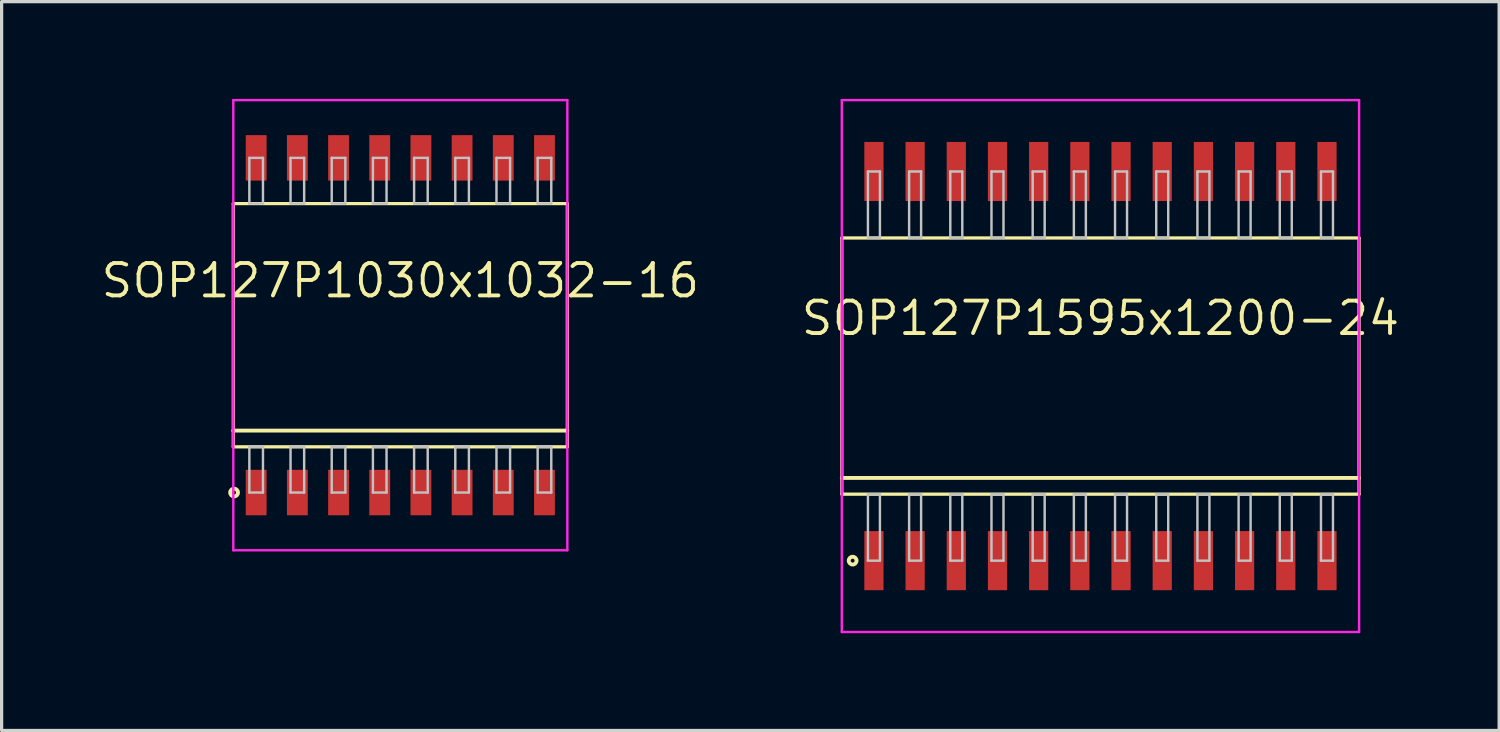
<source format=kicad_pcb>
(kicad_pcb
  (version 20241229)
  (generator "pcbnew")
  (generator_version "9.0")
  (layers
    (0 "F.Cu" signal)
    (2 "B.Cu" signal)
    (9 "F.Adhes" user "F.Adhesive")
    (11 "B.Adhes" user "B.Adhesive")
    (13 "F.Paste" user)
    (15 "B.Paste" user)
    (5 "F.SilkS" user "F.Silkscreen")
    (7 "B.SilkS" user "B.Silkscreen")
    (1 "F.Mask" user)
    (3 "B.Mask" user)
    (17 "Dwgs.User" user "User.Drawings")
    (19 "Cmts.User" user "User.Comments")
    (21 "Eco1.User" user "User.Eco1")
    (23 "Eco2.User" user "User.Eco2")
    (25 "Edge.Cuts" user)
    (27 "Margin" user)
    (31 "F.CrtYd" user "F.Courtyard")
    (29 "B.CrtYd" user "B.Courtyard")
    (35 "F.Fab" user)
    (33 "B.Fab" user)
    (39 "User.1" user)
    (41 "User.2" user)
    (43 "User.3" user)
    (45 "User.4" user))
  (footprint "SOP127P1595x1200-24"
    (layer "F.Cu")
    (at 30.883 8.238)
    (property "Reference" "SOP127P1595x1200-24" (at 0 -1.475 0) (layer "F.SilkS") (effects (font (size 1 1) (thickness 0.12))))
    (attr through_hole)
    (fp_line (start -7.975 -3.95) (end -7.975 3.95) (stroke (width 0.1) (type solid)) (layer "F.SilkS"))
    (fp_line (start -7.975 3.45) (end 7.975 3.45) (stroke (width 0.12) (type solid)) (layer "F.SilkS"))
    (fp_line (start -7.975 3.95) (end 7.975 3.95) (stroke (width 0.1) (type solid)) (layer "F.SilkS"))
    (fp_line (start 7.975 -3.95) (end -7.975 -3.95) (stroke (width 0.1) (type solid)) (layer "F.SilkS"))
    (fp_line (start 7.975 3.95) (end 7.975 -3.95) (stroke (width 0.1) (type solid)) (layer "F.SilkS"))
    (fp_circle (center -7.641 6) (end -7.521 6) (stroke (width 0.12) (type solid)) (fill no) (layer "F.SilkS"))
    (fp_line (start -7.17 -6) (end -7.17 -3.95) (stroke (width 0.075) (type solid)) (layer "Dwgs.User"))
    (fp_line (start -7.17 -3.95) (end -6.8 -3.95) (stroke (width 0.075) (type solid)) (layer "Dwgs.User"))
    (fp_line (start -7.17 3.95) (end -6.8 3.95) (stroke (width 0.075) (type solid)) (layer "Dwgs.User"))
    (fp_line (start -7.17 6) (end -7.17 3.95) (stroke (width 0.075) (type solid)) (layer "Dwgs.User"))
    (fp_line (start -6.8 -6) (end -7.17 -6) (stroke (width 0.075) (type solid)) (layer "Dwgs.User"))
    (fp_line (start -6.8 -3.95) (end -6.8 -6) (stroke (width 0.075) (type solid)) (layer "Dwgs.User"))
    (fp_line (start -6.8 3.95) (end -6.8 6) (stroke (width 0.075) (type solid)) (layer "Dwgs.User"))
    (fp_line (start -6.8 6) (end -7.17 6) (stroke (width 0.075) (type solid)) (layer "Dwgs.User"))
    (fp_line (start -5.9 -6) (end -5.9 -3.95) (stroke (width 0.075) (type solid)) (layer "Dwgs.User"))
    (fp_line (start -5.9 -3.95) (end -5.53 -3.95) (stroke (width 0.075) (type solid)) (layer "Dwgs.User"))
    (fp_line (start -5.9 3.95) (end -5.53 3.95) (stroke (width 0.075) (type solid)) (layer "Dwgs.User"))
    (fp_line (start -5.9 6) (end -5.9 3.95) (stroke (width 0.075) (type solid)) (layer "Dwgs.User"))
    (fp_line (start -5.53 -6) (end -5.9 -6) (stroke (width 0.075) (type solid)) (layer "Dwgs.User"))
    (fp_line (start -5.53 -3.95) (end -5.53 -6) (stroke (width 0.075) (type solid)) (layer "Dwgs.User"))
    (fp_line (start -5.53 3.95) (end -5.53 6) (stroke (width 0.075) (type solid)) (layer "Dwgs.User"))
    (fp_line (start -5.53 6) (end -5.9 6) (stroke (width 0.075) (type solid)) (layer "Dwgs.User"))
    (fp_line (start -4.63 -6) (end -4.63 -3.95) (stroke (width 0.075) (type solid)) (layer "Dwgs.User"))
    (fp_line (start -4.63 -3.95) (end -4.26 -3.95) (stroke (width 0.075) (type solid)) (layer "Dwgs.User"))
    (fp_line (start -4.63 3.95) (end -4.26 3.95) (stroke (width 0.075) (type solid)) (layer "Dwgs.User"))
    (fp_line (start -4.63 6) (end -4.63 3.95) (stroke (width 0.075) (type solid)) (layer "Dwgs.User"))
    (fp_line (start -4.26 -6) (end -4.63 -6) (stroke (width 0.075) (type solid)) (layer "Dwgs.User"))
    (fp_line (start -4.26 -3.95) (end -4.26 -6) (stroke (width 0.075) (type solid)) (layer "Dwgs.User"))
    (fp_line (start -4.26 3.95) (end -4.26 6) (stroke (width 0.075) (type solid)) (layer "Dwgs.User"))
    (fp_line (start -4.26 6) (end -4.63 6) (stroke (width 0.075) (type solid)) (layer "Dwgs.User"))
    (fp_line (start -3.36 -6) (end -3.36 -3.95) (stroke (width 0.075) (type solid)) (layer "Dwgs.User"))
    (fp_line (start -3.36 -3.95) (end -2.99 -3.95) (stroke (width 0.075) (type solid)) (layer "Dwgs.User"))
    (fp_line (start -3.36 3.95) (end -2.99 3.95) (stroke (width 0.075) (type solid)) (layer "Dwgs.User"))
    (fp_line (start -3.36 6) (end -3.36 3.95) (stroke (width 0.075) (type solid)) (layer "Dwgs.User"))
    (fp_line (start -2.99 -6) (end -3.36 -6) (stroke (width 0.075) (type solid)) (layer "Dwgs.User"))
    (fp_line (start -2.99 -3.95) (end -2.99 -6) (stroke (width 0.075) (type solid)) (layer "Dwgs.User"))
    (fp_line (start -2.99 3.95) (end -2.99 6) (stroke (width 0.075) (type solid)) (layer "Dwgs.User"))
    (fp_line (start -2.99 6) (end -3.36 6) (stroke (width 0.075) (type solid)) (layer "Dwgs.User"))
    (fp_line (start -2.09 -6) (end -2.09 -3.95) (stroke (width 0.075) (type solid)) (layer "Dwgs.User"))
    (fp_line (start -2.09 -3.95) (end -1.72 -3.95) (stroke (width 0.075) (type solid)) (layer "Dwgs.User"))
    (fp_line (start -2.09 3.95) (end -1.72 3.95) (stroke (width 0.075) (type solid)) (layer "Dwgs.User"))
    (fp_line (start -2.09 6) (end -2.09 3.95) (stroke (width 0.075) (type solid)) (layer "Dwgs.User"))
    (fp_line (start -1.72 -6) (end -2.09 -6) (stroke (width 0.075) (type solid)) (layer "Dwgs.User"))
    (fp_line (start -1.72 -3.95) (end -1.72 -6) (stroke (width 0.075) (type solid)) (layer "Dwgs.User"))
    (fp_line (start -1.72 3.95) (end -1.72 6) (stroke (width 0.075) (type solid)) (layer "Dwgs.User"))
    (fp_line (start -1.72 6) (end -2.09 6) (stroke (width 0.075) (type solid)) (layer "Dwgs.User"))
    (fp_line (start -0.82 -6) (end -0.82 -3.95) (stroke (width 0.075) (type solid)) (layer "Dwgs.User"))
    (fp_line (start -0.82 -3.95) (end -0.45 -3.95) (stroke (width 0.075) (type solid)) (layer "Dwgs.User"))
    (fp_line (start -0.82 3.95) (end -0.45 3.95) (stroke (width 0.075) (type solid)) (layer "Dwgs.User"))
    (fp_line (start -0.82 6) (end -0.82 3.95) (stroke (width 0.075) (type solid)) (layer "Dwgs.User"))
    (fp_line (start -0.45 -6) (end -0.82 -6) (stroke (width 0.075) (type solid)) (layer "Dwgs.User"))
    (fp_line (start -0.45 -3.95) (end -0.45 -6) (stroke (width 0.075) (type solid)) (layer "Dwgs.User"))
    (fp_line (start -0.45 3.95) (end -0.45 6) (stroke (width 0.075) (type solid)) (layer "Dwgs.User"))
    (fp_line (start -0.45 6) (end -0.82 6) (stroke (width 0.075) (type solid)) (layer "Dwgs.User"))
    (fp_line (start 0.45 -6) (end 0.45 -3.95) (stroke (width 0.075) (type solid)) (layer "Dwgs.User"))
    (fp_line (start 0.45 -3.95) (end 0.82 -3.95) (stroke (width 0.075) (type solid)) (layer "Dwgs.User"))
    (fp_line (start 0.45 3.95) (end 0.82 3.95) (stroke (width 0.075) (type solid)) (layer "Dwgs.User"))
    (fp_line (start 0.45 6) (end 0.45 3.95) (stroke (width 0.075) (type solid)) (layer "Dwgs.User"))
    (fp_line (start 0.82 -6) (end 0.45 -6) (stroke (width 0.075) (type solid)) (layer "Dwgs.User"))
    (fp_line (start 0.82 -3.95) (end 0.82 -6) (stroke (width 0.075) (type solid)) (layer "Dwgs.User"))
    (fp_line (start 0.82 3.95) (end 0.82 6) (stroke (width 0.075) (type solid)) (layer "Dwgs.User"))
    (fp_line (start 0.82 6) (end 0.45 6) (stroke (width 0.075) (type solid)) (layer "Dwgs.User"))
    (fp_line (start 1.72 -6) (end 1.72 -3.95) (stroke (width 0.075) (type solid)) (layer "Dwgs.User"))
    (fp_line (start 1.72 -3.95) (end 2.09 -3.95) (stroke (width 0.075) (type solid)) (layer "Dwgs.User"))
    (fp_line (start 1.72 3.95) (end 2.09 3.95) (stroke (width 0.075) (type solid)) (layer "Dwgs.User"))
    (fp_line (start 1.72 6) (end 1.72 3.95) (stroke (width 0.075) (type solid)) (layer "Dwgs.User"))
    (fp_line (start 2.09 -6) (end 1.72 -6) (stroke (width 0.075) (type solid)) (layer "Dwgs.User"))
    (fp_line (start 2.09 -3.95) (end 2.09 -6) (stroke (width 0.075) (type solid)) (layer "Dwgs.User"))
    (fp_line (start 2.09 3.95) (end 2.09 6) (stroke (width 0.075) (type solid)) (layer "Dwgs.User"))
    (fp_line (start 2.09 6) (end 1.72 6) (stroke (width 0.075) (type solid)) (layer "Dwgs.User"))
    (fp_line (start 2.99 -6) (end 2.99 -3.95) (stroke (width 0.075) (type solid)) (layer "Dwgs.User"))
    (fp_line (start 2.99 -3.95) (end 3.36 -3.95) (stroke (width 0.075) (type solid)) (layer "Dwgs.User"))
    (fp_line (start 2.99 3.95) (end 3.36 3.95) (stroke (width 0.075) (type solid)) (layer "Dwgs.User"))
    (fp_line (start 2.99 6) (end 2.99 3.95) (stroke (width 0.075) (type solid)) (layer "Dwgs.User"))
    (fp_line (start 3.36 -6) (end 2.99 -6) (stroke (width 0.075) (type solid)) (layer "Dwgs.User"))
    (fp_line (start 3.36 -3.95) (end 3.36 -6) (stroke (width 0.075) (type solid)) (layer "Dwgs.User"))
    (fp_line (start 3.36 3.95) (end 3.36 6) (stroke (width 0.075) (type solid)) (layer "Dwgs.User"))
    (fp_line (start 3.36 6) (end 2.99 6) (stroke (width 0.075) (type solid)) (layer "Dwgs.User"))
    (fp_line (start 4.26 -6) (end 4.26 -3.95) (stroke (width 0.075) (type solid)) (layer "Dwgs.User"))
    (fp_line (start 4.26 -3.95) (end 4.63 -3.95) (stroke (width 0.075) (type solid)) (layer "Dwgs.User"))
    (fp_line (start 4.26 3.95) (end 4.63 3.95) (stroke (width 0.075) (type solid)) (layer "Dwgs.User"))
    (fp_line (start 4.26 6) (end 4.26 3.95) (stroke (width 0.075) (type solid)) (layer "Dwgs.User"))
    (fp_line (start 4.63 -6) (end 4.26 -6) (stroke (width 0.075) (type solid)) (layer "Dwgs.User"))
    (fp_line (start 4.63 -3.95) (end 4.63 -6) (stroke (width 0.075) (type solid)) (layer "Dwgs.User"))
    (fp_line (start 4.63 3.95) (end 4.63 6) (stroke (width 0.075) (type solid)) (layer "Dwgs.User"))
    (fp_line (start 4.63 6) (end 4.26 6) (stroke (width 0.075) (type solid)) (layer "Dwgs.User"))
    (fp_line (start 5.53 -6) (end 5.53 -3.95) (stroke (width 0.075) (type solid)) (layer "Dwgs.User"))
    (fp_line (start 5.53 -3.95) (end 5.9 -3.95) (stroke (width 0.075) (type solid)) (layer "Dwgs.User"))
    (fp_line (start 5.53 3.95) (end 5.9 3.95) (stroke (width 0.075) (type solid)) (layer "Dwgs.User"))
    (fp_line (start 5.53 6) (end 5.53 3.95) (stroke (width 0.075) (type solid)) (layer "Dwgs.User"))
    (fp_line (start 5.9 -6) (end 5.53 -6) (stroke (width 0.075) (type solid)) (layer "Dwgs.User"))
    (fp_line (start 5.9 -3.95) (end 5.9 -6) (stroke (width 0.075) (type solid)) (layer "Dwgs.User"))
    (fp_line (start 5.9 3.95) (end 5.9 6) (stroke (width 0.075) (type solid)) (layer "Dwgs.User"))
    (fp_line (start 5.9 6) (end 5.53 6) (stroke (width 0.075) (type solid)) (layer "Dwgs.User"))
    (fp_line (start 6.8 -6) (end 6.8 -3.95) (stroke (width 0.075) (type solid)) (layer "Dwgs.User"))
    (fp_line (start 6.8 -3.95) (end 7.17 -3.95) (stroke (width 0.075) (type solid)) (layer "Dwgs.User"))
    (fp_line (start 6.8 3.95) (end 7.17 3.95) (stroke (width 0.075) (type solid)) (layer "Dwgs.User"))
    (fp_line (start 6.8 6) (end 6.8 3.95) (stroke (width 0.075) (type solid)) (layer "Dwgs.User"))
    (fp_line (start 7.17 -6) (end 6.8 -6) (stroke (width 0.075) (type solid)) (layer "Dwgs.User"))
    (fp_line (start 7.17 -3.95) (end 7.17 -6) (stroke (width 0.075) (type solid)) (layer "Dwgs.User"))
    (fp_line (start 7.17 3.95) (end 7.17 6) (stroke (width 0.075) (type solid)) (layer "Dwgs.User"))
    (fp_line (start 7.17 6) (end 6.8 6) (stroke (width 0.075) (type solid)) (layer "Dwgs.User"))
    (fp_line (start -0.75 0) (end 0.75 0) (stroke (width 0.12) (type solid)) (layer "Eco1.User"))
    (fp_line (start 0 -0.75) (end 0 0.75) (stroke (width 0.12) (type solid)) (layer "Eco1.User"))
    (fp_circle (center 0 0) (end 0.5 0) (stroke (width 0.12) (type solid)) (fill no) (layer "Eco1.User"))
    (fp_line (start -7.975 -8.2) (end -7.975 8.2) (stroke (width 0.075) (type solid)) (layer "F.CrtYd"))
    (fp_line (start -7.975 8.2) (end 7.975 8.2) (stroke (width 0.075) (type solid)) (layer "F.CrtYd"))
    (fp_line (start 7.975 -8.2) (end -7.975 -8.2) (stroke (width 0.075) (type solid)) (layer "F.CrtYd"))
    (fp_line (start 7.975 8.2) (end 7.975 -8.2) (stroke (width 0.075) (type solid)) (layer "F.CrtYd"))
    (pad "1" smd rect (at -6.985 6) (size 0.592 1.822) (layers "F.Cu" "F.Mask" "F.Paste"))
    (pad "2" smd rect (at -5.715 6) (size 0.592 1.822) (layers "F.Cu" "F.Mask" "F.Paste"))
    (pad "3" smd rect (at -4.445 6) (size 0.592 1.822) (layers "F.Cu" "F.Mask" "F.Paste"))
    (pad "4" smd rect (at -3.175 6) (size 0.592 1.822) (layers "F.Cu" "F.Mask" "F.Paste"))
    (pad "5" smd rect (at -1.905 6) (size 0.592 1.822) (layers "F.Cu" "F.Mask" "F.Paste"))
    (pad "6" smd rect (at -0.635 6) (size 0.592 1.822) (layers "F.Cu" "F.Mask" "F.Paste"))
    (pad "7" smd rect (at 0.635 6) (size 0.592 1.822) (layers "F.Cu" "F.Mask" "F.Paste"))
    (pad "8" smd rect (at 1.905 6) (size 0.592 1.822) (layers "F.Cu" "F.Mask" "F.Paste"))
    (pad "9" smd rect (at 3.175 6) (size 0.592 1.822) (layers "F.Cu" "F.Mask" "F.Paste"))
    (pad "10" smd rect (at 4.445 6) (size 0.592 1.822) (layers "F.Cu" "F.Mask" "F.Paste"))
    (pad "11" smd rect (at 5.715 6) (size 0.592 1.822) (layers "F.Cu" "F.Mask" "F.Paste"))
    (pad "12" smd rect (at 6.985 6) (size 0.592 1.822) (layers "F.Cu" "F.Mask" "F.Paste"))
    (pad "13" smd rect (at 6.985 -6) (size 0.592 1.822) (layers "F.Cu" "F.Mask" "F.Paste"))
    (pad "14" smd rect (at 5.715 -6) (size 0.592 1.822) (layers "F.Cu" "F.Mask" "F.Paste"))
    (pad "15" smd rect (at 4.445 -6) (size 0.592 1.822) (layers "F.Cu" "F.Mask" "F.Paste"))
    (pad "16" smd rect (at 3.175 -6) (size 0.592 1.822) (layers "F.Cu" "F.Mask" "F.Paste"))
    (pad "17" smd rect (at 1.905 -6) (size 0.592 1.822) (layers "F.Cu" "F.Mask" "F.Paste"))
    (pad "18" smd rect (at 0.635 -6) (size 0.592 1.822) (layers "F.Cu" "F.Mask" "F.Paste"))
    (pad "19" smd rect (at -0.635 -6) (size 0.592 1.822) (layers "F.Cu" "F.Mask" "F.Paste"))
    (pad "20" smd rect (at -1.905 -6) (size 0.592 1.822) (layers "F.Cu" "F.Mask" "F.Paste"))
    (pad "21" smd rect (at -3.175 -6) (size 0.592 1.822) (layers "F.Cu" "F.Mask" "F.Paste"))
    (pad "22" smd rect (at -4.445 -6) (size 0.592 1.822) (layers "F.Cu" "F.Mask" "F.Paste"))
    (pad "23" smd rect (at -5.715 -6) (size 0.592 1.822) (layers "F.Cu" "F.Mask" "F.Paste"))
    (pad "24" smd rect (at -6.985 -6) (size 0.592 1.822) (layers "F.Cu" "F.Mask" "F.Paste")))
  (footprint "SOP127P1030x1032-16"
    (layer "F.Cu")
    (at 9.294 6.978)
    (property "Reference" "SOP127P1030x1032-16" (at 0 -1.375 0) (layer "F.SilkS") (effects (font (size 1 1) (thickness 0.12))))
    (attr through_hole)
    (fp_line (start -5.15 -3.75) (end -5.15 3.75) (stroke (width 0.1) (type solid)) (layer "F.SilkS"))
    (fp_line (start -5.15 3.25) (end 5.15 3.25) (stroke (width 0.12) (type solid)) (layer "F.SilkS"))
    (fp_line (start -5.15 3.75) (end 5.15 3.75) (stroke (width 0.1) (type solid)) (layer "F.SilkS"))
    (fp_line (start 5.15 -3.75) (end -5.15 -3.75) (stroke (width 0.1) (type solid)) (layer "F.SilkS"))
    (fp_line (start 5.15 3.75) (end 5.15 -3.75) (stroke (width 0.1) (type solid)) (layer "F.SilkS"))
    (fp_circle (center -5.126 5.16) (end -5.006 5.16) (stroke (width 0.12) (type solid)) (fill no) (layer "F.SilkS"))
    (fp_line (start -4.655 -5.16) (end -4.655 -3.75) (stroke (width 0.075) (type solid)) (layer "Dwgs.User"))
    (fp_line (start -4.655 -3.75) (end -4.235 -3.75) (stroke (width 0.075) (type solid)) (layer "Dwgs.User"))
    (fp_line (start -4.655 3.75) (end -4.235 3.75) (stroke (width 0.075) (type solid)) (layer "Dwgs.User"))
    (fp_line (start -4.655 5.16) (end -4.655 3.75) (stroke (width 0.075) (type solid)) (layer "Dwgs.User"))
    (fp_line (start -4.235 -5.16) (end -4.655 -5.16) (stroke (width 0.075) (type solid)) (layer "Dwgs.User"))
    (fp_line (start -4.235 -3.75) (end -4.235 -5.16) (stroke (width 0.075) (type solid)) (layer "Dwgs.User"))
    (fp_line (start -4.235 3.75) (end -4.235 5.16) (stroke (width 0.075) (type solid)) (layer "Dwgs.User"))
    (fp_line (start -4.235 5.16) (end -4.655 5.16) (stroke (width 0.075) (type solid)) (layer "Dwgs.User"))
    (fp_line (start -3.385 -5.16) (end -3.385 -3.75) (stroke (width 0.075) (type solid)) (layer "Dwgs.User"))
    (fp_line (start -3.385 -3.75) (end -2.965 -3.75) (stroke (width 0.075) (type solid)) (layer "Dwgs.User"))
    (fp_line (start -3.385 3.75) (end -2.965 3.75) (stroke (width 0.075) (type solid)) (layer "Dwgs.User"))
    (fp_line (start -3.385 5.16) (end -3.385 3.75) (stroke (width 0.075) (type solid)) (layer "Dwgs.User"))
    (fp_line (start -2.965 -5.16) (end -3.385 -5.16) (stroke (width 0.075) (type solid)) (layer "Dwgs.User"))
    (fp_line (start -2.965 -3.75) (end -2.965 -5.16) (stroke (width 0.075) (type solid)) (layer "Dwgs.User"))
    (fp_line (start -2.965 3.75) (end -2.965 5.16) (stroke (width 0.075) (type solid)) (layer "Dwgs.User"))
    (fp_line (start -2.965 5.16) (end -3.385 5.16) (stroke (width 0.075) (type solid)) (layer "Dwgs.User"))
    (fp_line (start -2.115 -5.16) (end -2.115 -3.75) (stroke (width 0.075) (type solid)) (layer "Dwgs.User"))
    (fp_line (start -2.115 -3.75) (end -1.695 -3.75) (stroke (width 0.075) (type solid)) (layer "Dwgs.User"))
    (fp_line (start -2.115 3.75) (end -1.695 3.75) (stroke (width 0.075) (type solid)) (layer "Dwgs.User"))
    (fp_line (start -2.115 5.16) (end -2.115 3.75) (stroke (width 0.075) (type solid)) (layer "Dwgs.User"))
    (fp_line (start -1.695 -5.16) (end -2.115 -5.16) (stroke (width 0.075) (type solid)) (layer "Dwgs.User"))
    (fp_line (start -1.695 -3.75) (end -1.695 -5.16) (stroke (width 0.075) (type solid)) (layer "Dwgs.User"))
    (fp_line (start -1.695 3.75) (end -1.695 5.16) (stroke (width 0.075) (type solid)) (layer "Dwgs.User"))
    (fp_line (start -1.695 5.16) (end -2.115 5.16) (stroke (width 0.075) (type solid)) (layer "Dwgs.User"))
    (fp_line (start -0.845 -5.16) (end -0.845 -3.75) (stroke (width 0.075) (type solid)) (layer "Dwgs.User"))
    (fp_line (start -0.845 -3.75) (end -0.425 -3.75) (stroke (width 0.075) (type solid)) (layer "Dwgs.User"))
    (fp_line (start -0.845 3.75) (end -0.425 3.75) (stroke (width 0.075) (type solid)) (layer "Dwgs.User"))
    (fp_line (start -0.845 5.16) (end -0.845 3.75) (stroke (width 0.075) (type solid)) (layer "Dwgs.User"))
    (fp_line (start -0.425 -5.16) (end -0.845 -5.16) (stroke (width 0.075) (type solid)) (layer "Dwgs.User"))
    (fp_line (start -0.425 -3.75) (end -0.425 -5.16) (stroke (width 0.075) (type solid)) (layer "Dwgs.User"))
    (fp_line (start -0.425 3.75) (end -0.425 5.16) (stroke (width 0.075) (type solid)) (layer "Dwgs.User"))
    (fp_line (start -0.425 5.16) (end -0.845 5.16) (stroke (width 0.075) (type solid)) (layer "Dwgs.User"))
    (fp_line (start 0.425 -5.16) (end 0.425 -3.75) (stroke (width 0.075) (type solid)) (layer "Dwgs.User"))
    (fp_line (start 0.425 -3.75) (end 0.845 -3.75) (stroke (width 0.075) (type solid)) (layer "Dwgs.User"))
    (fp_line (start 0.425 3.75) (end 0.845 3.75) (stroke (width 0.075) (type solid)) (layer "Dwgs.User"))
    (fp_line (start 0.425 5.16) (end 0.425 3.75) (stroke (width 0.075) (type solid)) (layer "Dwgs.User"))
    (fp_line (start 0.845 -5.16) (end 0.425 -5.16) (stroke (width 0.075) (type solid)) (layer "Dwgs.User"))
    (fp_line (start 0.845 -3.75) (end 0.845 -5.16) (stroke (width 0.075) (type solid)) (layer "Dwgs.User"))
    (fp_line (start 0.845 3.75) (end 0.845 5.16) (stroke (width 0.075) (type solid)) (layer "Dwgs.User"))
    (fp_line (start 0.845 5.16) (end 0.425 5.16) (stroke (width 0.075) (type solid)) (layer "Dwgs.User"))
    (fp_line (start 1.695 -5.16) (end 1.695 -3.75) (stroke (width 0.075) (type solid)) (layer "Dwgs.User"))
    (fp_line (start 1.695 -3.75) (end 2.115 -3.75) (stroke (width 0.075) (type solid)) (layer "Dwgs.User"))
    (fp_line (start 1.695 3.75) (end 2.115 3.75) (stroke (width 0.075) (type solid)) (layer "Dwgs.User"))
    (fp_line (start 1.695 5.16) (end 1.695 3.75) (stroke (width 0.075) (type solid)) (layer "Dwgs.User"))
    (fp_line (start 2.115 -5.16) (end 1.695 -5.16) (stroke (width 0.075) (type solid)) (layer "Dwgs.User"))
    (fp_line (start 2.115 -3.75) (end 2.115 -5.16) (stroke (width 0.075) (type solid)) (layer "Dwgs.User"))
    (fp_line (start 2.115 3.75) (end 2.115 5.16) (stroke (width 0.075) (type solid)) (layer "Dwgs.User"))
    (fp_line (start 2.115 5.16) (end 1.695 5.16) (stroke (width 0.075) (type solid)) (layer "Dwgs.User"))
    (fp_line (start 2.965 -5.16) (end 2.965 -3.75) (stroke (width 0.075) (type solid)) (layer "Dwgs.User"))
    (fp_line (start 2.965 -3.75) (end 3.385 -3.75) (stroke (width 0.075) (type solid)) (layer "Dwgs.User"))
    (fp_line (start 2.965 3.75) (end 3.385 3.75) (stroke (width 0.075) (type solid)) (layer "Dwgs.User"))
    (fp_line (start 2.965 5.16) (end 2.965 3.75) (stroke (width 0.075) (type solid)) (layer "Dwgs.User"))
    (fp_line (start 3.385 -5.16) (end 2.965 -5.16) (stroke (width 0.075) (type solid)) (layer "Dwgs.User"))
    (fp_line (start 3.385 -3.75) (end 3.385 -5.16) (stroke (width 0.075) (type solid)) (layer "Dwgs.User"))
    (fp_line (start 3.385 3.75) (end 3.385 5.16) (stroke (width 0.075) (type solid)) (layer "Dwgs.User"))
    (fp_line (start 3.385 5.16) (end 2.965 5.16) (stroke (width 0.075) (type solid)) (layer "Dwgs.User"))
    (fp_line (start 4.235 -5.16) (end 4.235 -3.75) (stroke (width 0.075) (type solid)) (layer "Dwgs.User"))
    (fp_line (start 4.235 -3.75) (end 4.655 -3.75) (stroke (width 0.075) (type solid)) (layer "Dwgs.User"))
    (fp_line (start 4.235 3.75) (end 4.655 3.75) (stroke (width 0.075) (type solid)) (layer "Dwgs.User"))
    (fp_line (start 4.235 5.16) (end 4.235 3.75) (stroke (width 0.075) (type solid)) (layer "Dwgs.User"))
    (fp_line (start 4.655 -5.16) (end 4.235 -5.16) (stroke (width 0.075) (type solid)) (layer "Dwgs.User"))
    (fp_line (start 4.655 -3.75) (end 4.655 -5.16) (stroke (width 0.075) (type solid)) (layer "Dwgs.User"))
    (fp_line (start 4.655 3.75) (end 4.655 5.16) (stroke (width 0.075) (type solid)) (layer "Dwgs.User"))
    (fp_line (start 4.655 5.16) (end 4.235 5.16) (stroke (width 0.075) (type solid)) (layer "Dwgs.User"))
    (fp_line (start -0.75 0) (end 0.75 0) (stroke (width 0.12) (type solid)) (layer "Eco1.User"))
    (fp_line (start 0 -0.75) (end 0 0.75) (stroke (width 0.12) (type solid)) (layer "Eco1.User"))
    (fp_circle (center 0 0) (end 0.5 0) (stroke (width 0.12) (type solid)) (fill no) (layer "Eco1.User"))
    (fp_line (start -5.15 -6.94) (end -5.15 6.94) (stroke (width 0.075) (type solid)) (layer "F.CrtYd"))
    (fp_line (start -5.15 6.94) (end 5.15 6.94) (stroke (width 0.075) (type solid)) (layer "F.CrtYd"))
    (fp_line (start 5.15 -6.94) (end -5.15 -6.94) (stroke (width 0.075) (type solid)) (layer "F.CrtYd"))
    (fp_line (start 5.15 6.94) (end 5.15 -6.94) (stroke (width 0.075) (type solid)) (layer "F.CrtYd"))
    (pad "1" smd rect (at -4.445 5.16) (size 0.642 1.402) (layers "F.Cu" "F.Mask" "F.Paste"))
    (pad "2" smd rect (at -3.175 5.16) (size 0.642 1.402) (layers "F.Cu" "F.Mask" "F.Paste"))
    (pad "3" smd rect (at -1.905 5.16) (size 0.642 1.402) (layers "F.Cu" "F.Mask" "F.Paste"))
    (pad "4" smd rect (at -0.635 5.16) (size 0.642 1.402) (layers "F.Cu" "F.Mask" "F.Paste"))
    (pad "5" smd rect (at 0.635 5.16) (size 0.642 1.402) (layers "F.Cu" "F.Mask" "F.Paste"))
    (pad "6" smd rect (at 1.905 5.16) (size 0.642 1.402) (layers "F.Cu" "F.Mask" "F.Paste"))
    (pad "7" smd rect (at 3.175 5.16) (size 0.642 1.402) (layers "F.Cu" "F.Mask" "F.Paste"))
    (pad "8" smd rect (at 4.445 5.16) (size 0.642 1.402) (layers "F.Cu" "F.Mask" "F.Paste"))
    (pad "9" smd rect (at 4.445 -5.16) (size 0.642 1.402) (layers "F.Cu" "F.Mask" "F.Paste"))
    (pad "10" smd rect (at 3.175 -5.16) (size 0.642 1.402) (layers "F.Cu" "F.Mask" "F.Paste"))
    (pad "11" smd rect (at 1.905 -5.16) (size 0.642 1.402) (layers "F.Cu" "F.Mask" "F.Paste"))
    (pad "12" smd rect (at 0.635 -5.16) (size 0.642 1.402) (layers "F.Cu" "F.Mask" "F.Paste"))
    (pad "13" smd rect (at -0.635 -5.16) (size 0.642 1.402) (layers "F.Cu" "F.Mask" "F.Paste"))
    (pad "14" smd rect (at -1.905 -5.16) (size 0.642 1.402) (layers "F.Cu" "F.Mask" "F.Paste"))
    (pad "15" smd rect (at -3.175 -5.16) (size 0.642 1.402) (layers "F.Cu" "F.Mask" "F.Paste"))
    (pad "16" smd rect (at -4.445 -5.16) (size 0.642 1.402) (layers "F.Cu" "F.Mask" "F.Paste")))
  (gr_rect
    (start -3 -3)
    (end 43.177 19.475)
    (stroke (width 0.1) (type default))
    (fill no)
    (layer "Edge.Cuts")))
</source>
